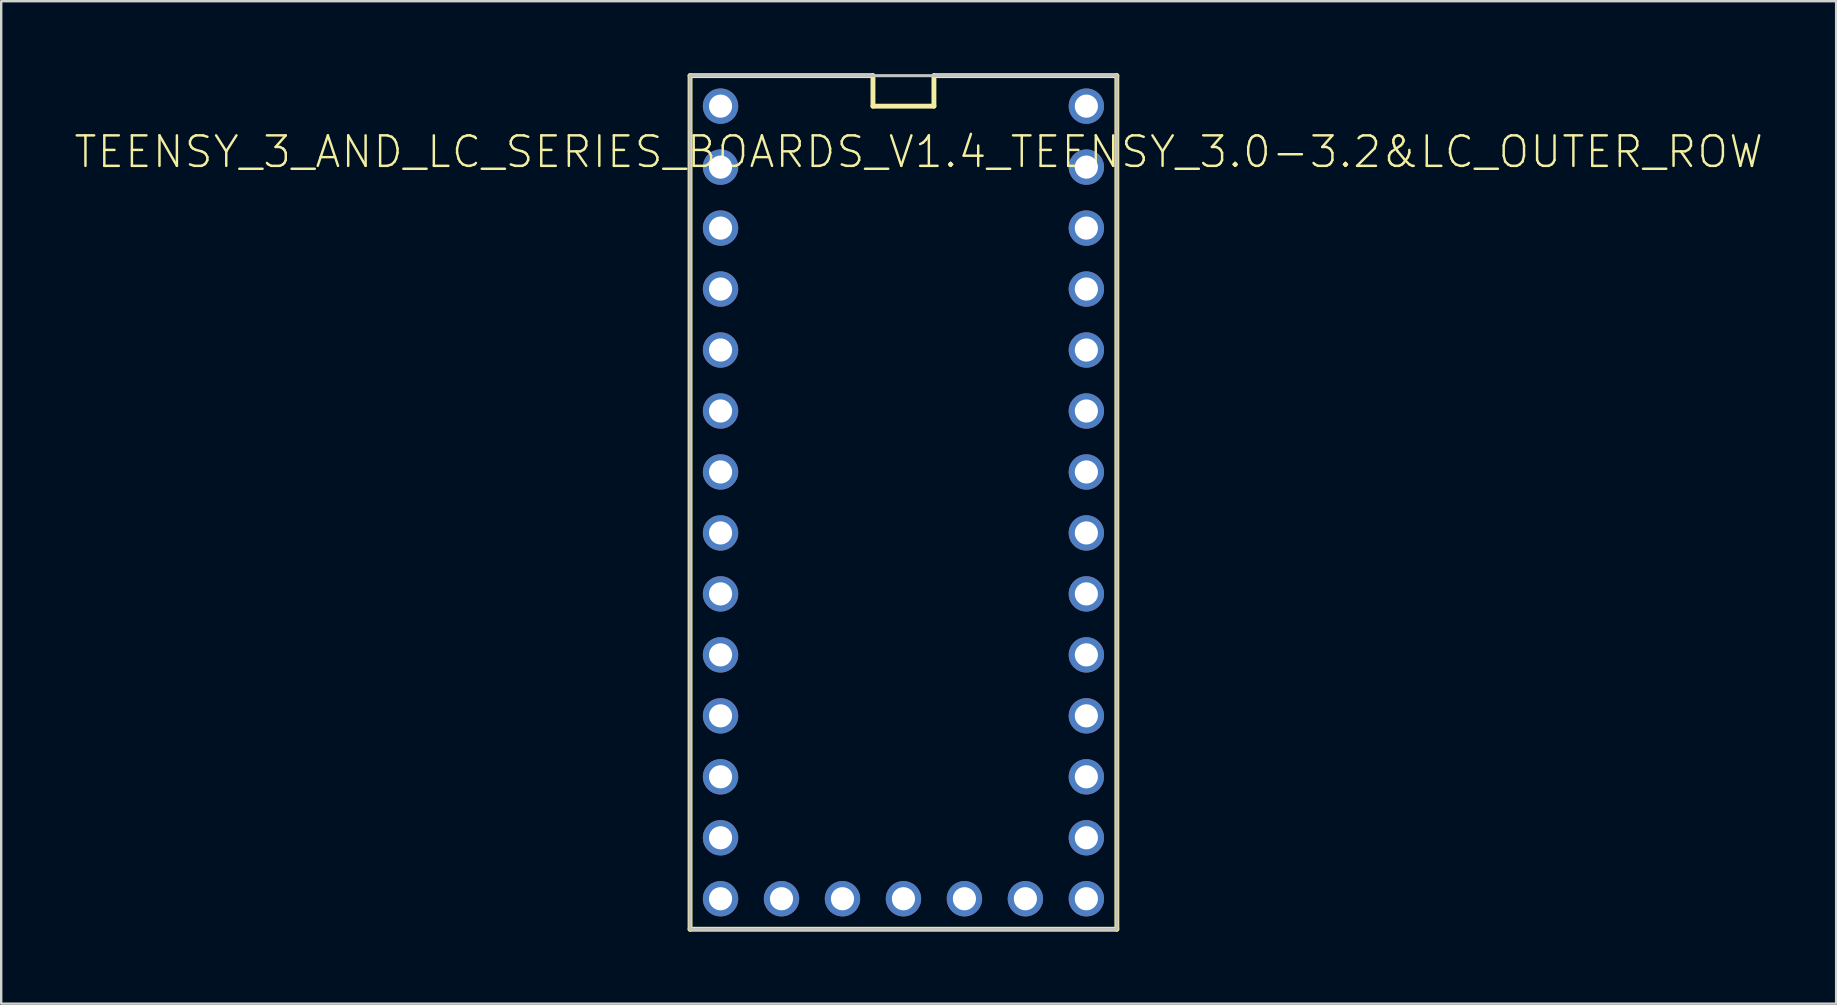
<source format=kicad_pcb>
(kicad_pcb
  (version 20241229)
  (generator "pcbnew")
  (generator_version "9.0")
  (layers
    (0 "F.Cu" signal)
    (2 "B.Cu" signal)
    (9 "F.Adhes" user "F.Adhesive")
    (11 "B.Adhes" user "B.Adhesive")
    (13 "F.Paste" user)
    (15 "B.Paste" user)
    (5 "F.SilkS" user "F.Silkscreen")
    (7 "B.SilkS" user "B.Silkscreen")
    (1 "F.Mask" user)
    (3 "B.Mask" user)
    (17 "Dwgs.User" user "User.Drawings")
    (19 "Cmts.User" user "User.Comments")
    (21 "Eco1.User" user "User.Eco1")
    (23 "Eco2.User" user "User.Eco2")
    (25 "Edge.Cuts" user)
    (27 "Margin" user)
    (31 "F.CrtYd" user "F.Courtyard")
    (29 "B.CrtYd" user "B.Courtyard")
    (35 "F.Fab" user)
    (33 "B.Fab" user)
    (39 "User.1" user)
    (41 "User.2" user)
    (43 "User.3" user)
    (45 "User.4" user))
  (footprint "TEENSY_3_AND_LC_SERIES_BOARDS_V1.4_TEENSY_3.0-3.2&LC_OUTER_ROW"
    (layer "F.Cu")
    (at 34.588 17.882)
    (property "Reference" "TEENSY_3_AND_LC_SERIES_BOARDS_V1.4_TEENSY_3.0-3.2&LC_OUTER_ROW" (at 0.635 -14.605 0) (layer "F.SilkS") (effects (font (size 1.27 1.27) (thickness 0.102))))
    (attr exclude_from_pos_files exclude_from_bom)
    (fp_line (start -8.89 -17.78) (end -1.27 -17.78) (stroke (width 0.203) (type solid)) (layer "F.SilkS"))
    (fp_line (start -8.89 17.78) (end -8.89 -17.78) (stroke (width 0.203) (type solid)) (layer "F.SilkS"))
    (fp_line (start -1.27 -17.78) (end -1.27 -16.51) (stroke (width 0.203) (type solid)) (layer "F.SilkS"))
    (fp_line (start -1.27 -16.51) (end 1.27 -16.51) (stroke (width 0.203) (type solid)) (layer "F.SilkS"))
    (fp_line (start 1.27 -17.78) (end 8.89 -17.78) (stroke (width 0.203) (type solid)) (layer "F.SilkS"))
    (fp_line (start 1.27 -16.51) (end 1.27 -17.78) (stroke (width 0.203) (type solid)) (layer "F.SilkS"))
    (fp_line (start 8.89 -17.78) (end 8.89 17.78) (stroke (width 0.203) (type solid)) (layer "F.SilkS"))
    (fp_line (start 8.89 17.78) (end -8.89 17.78) (stroke (width 0.203) (type solid)) (layer "F.SilkS"))
    (fp_line (start -8.89 -17.78) (end 8.89 -17.78) (stroke (width 0.127) (type solid)) (layer "Dwgs.User"))
    (fp_line (start -8.89 17.78) (end -8.89 -17.78) (stroke (width 0.127) (type solid)) (layer "Dwgs.User"))
    (fp_line (start 8.89 -17.78) (end 8.89 17.78) (stroke (width 0.127) (type solid)) (layer "Dwgs.User"))
    (fp_line (start 8.89 17.78) (end -8.89 17.78) (stroke (width 0.127) (type solid)) (layer "Dwgs.User"))
    (pad "0" thru_hole circle (at -7.62 -13.97) (size 1.473 1.473) (drill 0.965) (layers "*.Cu" "*.Paste" "*.Mask"))
    (pad "1" thru_hole circle (at -7.62 -11.43) (size 1.473 1.473) (drill 0.965) (layers "*.Cu" "*.Paste" "*.Mask"))
    (pad "2" thru_hole circle (at -7.62 -8.89) (size 1.473 1.473) (drill 0.965) (layers "*.Cu" "*.Paste" "*.Mask"))
    (pad "3" thru_hole circle (at -7.62 -6.35) (size 1.473 1.473) (drill 0.965) (layers "*.Cu" "*.Paste" "*.Mask"))
    (pad "3.3V" thru_hole circle (at 7.62 -11.43) (size 1.473 1.473) (drill 0.965) (layers "*.Cu" "*.Paste" "*.Mask"))
    (pad "3.3V1" thru_hole circle (at -2.54 16.51) (size 1.473 1.473) (drill 0.965) (layers "*.Cu" "*.Paste" "*.Mask"))
    (pad "4" thru_hole circle (at -7.62 -3.81) (size 1.473 1.473) (drill 0.965) (layers "*.Cu" "*.Paste" "*.Mask"))
    (pad "5" thru_hole circle (at -7.62 -1.27) (size 1.473 1.473) (drill 0.965) (layers "*.Cu" "*.Paste" "*.Mask"))
    (pad "6" thru_hole circle (at -7.62 1.27) (size 1.473 1.473) (drill 0.965) (layers "*.Cu" "*.Paste" "*.Mask"))
    (pad "7" thru_hole circle (at -7.62 3.81) (size 1.473 1.473) (drill 0.965) (layers "*.Cu" "*.Paste" "*.Mask"))
    (pad "8" thru_hole circle (at -7.62 6.35) (size 1.473 1.473) (drill 0.965) (layers "*.Cu" "*.Paste" "*.Mask"))
    (pad "9" thru_hole circle (at -7.62 8.89) (size 1.473 1.473) (drill 0.965) (layers "*.Cu" "*.Paste" "*.Mask"))
    (pad "10" thru_hole circle (at -7.62 11.43) (size 1.473 1.473) (drill 0.965) (layers "*.Cu" "*.Paste" "*.Mask"))
    (pad "11" thru_hole circle (at -7.62 13.97) (size 1.473 1.473) (drill 0.965) (layers "*.Cu" "*.Paste" "*.Mask"))
    (pad "12" thru_hole circle (at -7.62 16.51) (size 1.473 1.473) (drill 0.965) (layers "*.Cu" "*.Paste" "*.Mask"))
    (pad "13" thru_hole circle (at 7.62 16.51) (size 1.473 1.473) (drill 0.965) (layers "*.Cu" "*.Paste" "*.Mask"))
    (pad "14/A0" thru_hole circle (at 7.62 13.97) (size 1.473 1.473) (drill 0.965) (layers "*.Cu" "*.Paste" "*.Mask"))
    (pad "15/A1" thru_hole circle (at 7.62 11.43) (size 1.473 1.473) (drill 0.965) (layers "*.Cu" "*.Paste" "*.Mask"))
    (pad "16/A2" thru_hole circle (at 7.62 8.89) (size 1.473 1.473) (drill 0.965) (layers "*.Cu" "*.Paste" "*.Mask"))
    (pad "17/A3" thru_hole circle (at 7.62 6.35) (size 1.473 1.473) (drill 0.965) (layers "*.Cu" "*.Paste" "*.Mask"))
    (pad "18/A4" thru_hole circle (at 7.62 3.81) (size 1.473 1.473) (drill 0.965) (layers "*.Cu" "*.Paste" "*.Mask"))
    (pad "19/A5" thru_hole circle (at 7.62 1.27) (size 1.473 1.473) (drill 0.965) (layers "*.Cu" "*.Paste" "*.Mask"))
    (pad "20/A6" thru_hole circle (at 7.62 -1.27) (size 1.473 1.473) (drill 0.965) (layers "*.Cu" "*.Paste" "*.Mask"))
    (pad "21/A7" thru_hole circle (at 7.62 -3.81) (size 1.473 1.473) (drill 0.965) (layers "*.Cu" "*.Paste" "*.Mask"))
    (pad "22/A8" thru_hole circle (at 7.62 -6.35) (size 1.473 1.473) (drill 0.965) (layers "*.Cu" "*.Paste" "*.Mask"))
    (pad "23/A9" thru_hole circle (at 7.62 -8.89) (size 1.473 1.473) (drill 0.965) (layers "*.Cu" "*.Paste" "*.Mask"))
    (pad "AGND" thru_hole circle (at 7.62 -13.97) (size 1.473 1.473) (drill 0.965) (layers "*.Cu" "*.Paste" "*.Mask"))
    (pad "GND" thru_hole circle (at -7.62 -16.51) (size 1.473 1.473) (drill 0.965) (layers "*.Cu" "*.Paste" "*.Mask"))
    (pad "GND1" thru_hole circle (at 0 16.51) (size 1.473 1.473) (drill 0.965) (layers "*.Cu" "*.Paste" "*.Mask"))
    (pad "PGM" thru_hole circle (at 2.54 16.51) (size 1.473 1.473) (drill 0.965) (layers "*.Cu" "*.Paste" "*.Mask"))
    (pad "RESET/DAC" thru_hole circle (at 5.08 16.51) (size 1.473 1.473) (drill 0.965) (layers "*.Cu" "*.Paste" "*.Mask"))
    (pad "VBAT" thru_hole circle (at -5.08 16.51) (size 1.473 1.473) (drill 0.965) (layers "*.Cu" "*.Paste" "*.Mask"))
    (pad "VIN" thru_hole circle (at 7.62 -16.51) (size 1.473 1.473) (drill 0.965) (layers "*.Cu" "*.Paste" "*.Mask")))
  (gr_rect
    (start -3 -3)
    (end 73.445 38.763)
    (stroke (width 0.1) (type default))
    (fill no)
    (layer "Edge.Cuts")))
</source>
